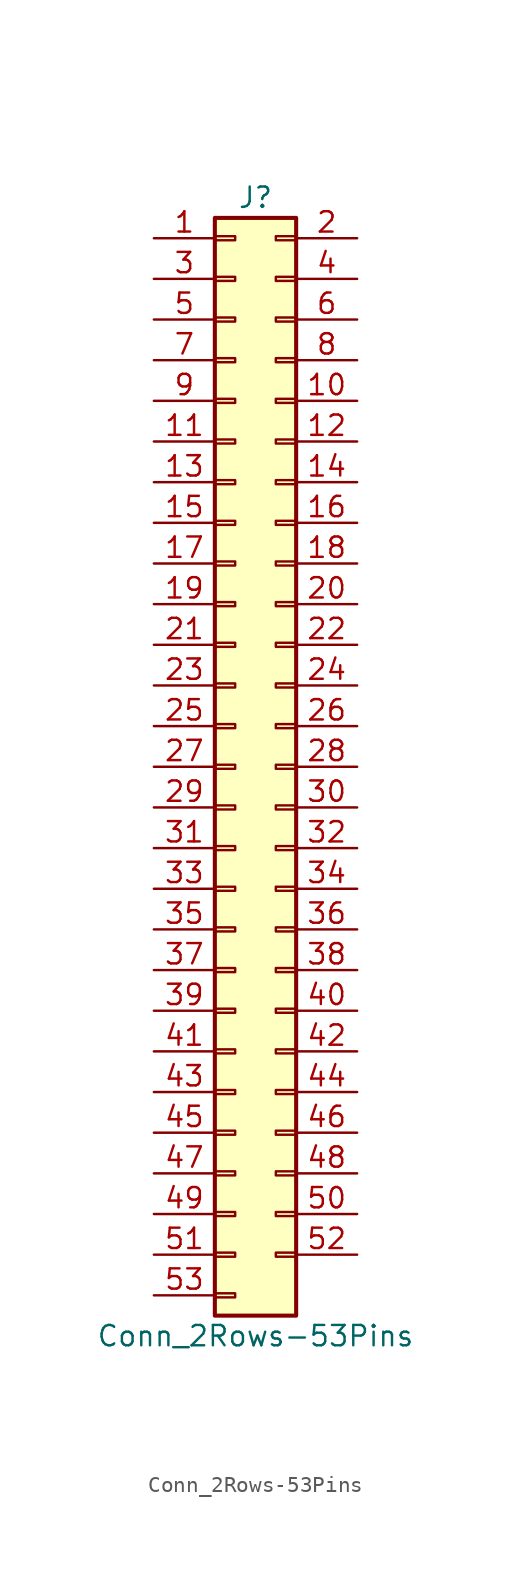
<source format=kicad_sym>
(kicad_symbol_lib
  (version 20201005)
  (generator kicad_symbol_editor)
  (symbol "Conn_2Rows-53Pins"
    (pin_names
      (offset 1.016) hide)
    (property "Reference" "J"
      (at 1.27 35.56 0)
      (effects (font (size 1.27 1.27))))
    (property "Value" "Conn_2Rows-53Pins"
      (at 1.27 -35.56 0)
      (effects (font (size 1.27 1.27))))
    (symbol "Conn_2Rows-53Pins_1_1"
      (rectangle (start -1.27 -32.893) (end 0 -33.147) (stroke (width 0.152)) (fill (type none)))
      (rectangle (start -1.27 -30.353) (end 0 -30.607) (stroke (width 0.152)) (fill (type none)))
      (rectangle (start -1.27 -27.813) (end 0 -28.067) (stroke (width 0.152)) (fill (type none)))
      (rectangle (start -1.27 -25.273) (end 0 -25.527) (stroke (width 0.152)) (fill (type none)))
      (rectangle (start -1.27 -22.733) (end 0 -22.987) (stroke (width 0.152)) (fill (type none)))
      (rectangle (start -1.27 -20.193) (end 0 -20.447) (stroke (width 0.152)) (fill (type none)))
      (rectangle (start -1.27 -17.653) (end 0 -17.907) (stroke (width 0.152)) (fill (type none)))
      (rectangle (start -1.27 -15.113) (end 0 -15.367) (stroke (width 0.152)) (fill (type none)))
      (rectangle (start -1.27 -12.573) (end 0 -12.827) (stroke (width 0.152)) (fill (type none)))
      (rectangle (start -1.27 -10.033) (end 0 -10.287) (stroke (width 0.152)) (fill (type none)))
      (rectangle (start -1.27 -7.493) (end 0 -7.747) (stroke (width 0.152)) (fill (type none)))
      (rectangle (start -1.27 -4.953) (end 0 -5.207) (stroke (width 0.152)) (fill (type none)))
      (rectangle (start -1.27 -2.413) (end 0 -2.667) (stroke (width 0.152)) (fill (type none)))
      (rectangle (start -1.27 0.127) (end 0 -0.127) (stroke (width 0.152)) (fill (type none)))
      (rectangle (start -1.27 2.667) (end 0 2.413) (stroke (width 0.152)) (fill (type none)))
      (rectangle (start -1.27 5.207) (end 0 4.953) (stroke (width 0.152)) (fill (type none)))
      (rectangle (start -1.27 7.747) (end 0 7.493) (stroke (width 0.152)) (fill (type none)))
      (rectangle (start -1.27 10.287) (end 0 10.033) (stroke (width 0.152)) (fill (type none)))
      (rectangle (start -1.27 12.827) (end 0 12.573) (stroke (width 0.152)) (fill (type none)))
      (rectangle (start -1.27 15.367) (end 0 15.113) (stroke (width 0.152)) (fill (type none)))
      (rectangle (start -1.27 17.907) (end 0 17.653) (stroke (width 0.152)) (fill (type none)))
      (rectangle (start -1.27 20.447) (end 0 20.193) (stroke (width 0.152)) (fill (type none)))
      (rectangle (start -1.27 22.987) (end 0 22.733) (stroke (width 0.152)) (fill (type none)))
      (rectangle (start -1.27 25.527) (end 0 25.273) (stroke (width 0.152)) (fill (type none)))
      (rectangle (start -1.27 28.067) (end 0 27.813) (stroke (width 0.152)) (fill (type none)))
      (rectangle (start -1.27 30.607) (end 0 30.353) (stroke (width 0.152)) (fill (type none)))
      (rectangle (start -1.27 33.147) (end 0 32.893) (stroke (width 0.152)) (fill (type none)))
      (rectangle (start 3.81 -30.353) (end 2.54 -30.607) (stroke (width 0.152)) (fill (type none)))
      (rectangle (start 3.81 -27.813) (end 2.54 -28.067) (stroke (width 0.152)) (fill (type none)))
      (rectangle (start 3.81 -25.273) (end 2.54 -25.527) (stroke (width 0.152)) (fill (type none)))
      (rectangle (start 3.81 -22.733) (end 2.54 -22.987) (stroke (width 0.152)) (fill (type none)))
      (rectangle (start 3.81 -20.193) (end 2.54 -20.447) (stroke (width 0.152)) (fill (type none)))
      (rectangle (start 3.81 -17.653) (end 2.54 -17.907) (stroke (width 0.152)) (fill (type none)))
      (rectangle (start 3.81 -15.113) (end 2.54 -15.367) (stroke (width 0.152)) (fill (type none)))
      (rectangle (start 3.81 -12.573) (end 2.54 -12.827) (stroke (width 0.152)) (fill (type none)))
      (rectangle (start 3.81 -10.033) (end 2.54 -10.287) (stroke (width 0.152)) (fill (type none)))
      (rectangle (start 3.81 -7.493) (end 2.54 -7.747) (stroke (width 0.152)) (fill (type none)))
      (rectangle (start 3.81 -4.953) (end 2.54 -5.207) (stroke (width 0.152)) (fill (type none)))
      (rectangle (start 3.81 -2.413) (end 2.54 -2.667) (stroke (width 0.152)) (fill (type none)))
      (rectangle (start 3.81 0.127) (end 2.54 -0.127) (stroke (width 0.152)) (fill (type none)))
      (rectangle (start 3.81 2.667) (end 2.54 2.413) (stroke (width 0.152)) (fill (type none)))
      (rectangle (start 3.81 5.207) (end 2.54 4.953) (stroke (width 0.152)) (fill (type none)))
      (rectangle (start 3.81 7.747) (end 2.54 7.493) (stroke (width 0.152)) (fill (type none)))
      (rectangle (start 3.81 10.287) (end 2.54 10.033) (stroke (width 0.152)) (fill (type none)))
      (rectangle (start 3.81 12.827) (end 2.54 12.573) (stroke (width 0.152)) (fill (type none)))
      (rectangle (start 3.81 15.367) (end 2.54 15.113) (stroke (width 0.152)) (fill (type none)))
      (rectangle (start 3.81 17.907) (end 2.54 17.653) (stroke (width 0.152)) (fill (type none)))
      (rectangle (start 3.81 20.447) (end 2.54 20.193) (stroke (width 0.152)) (fill (type none)))
      (rectangle (start 3.81 22.987) (end 2.54 22.733) (stroke (width 0.152)) (fill (type none)))
      (rectangle (start 3.81 25.527) (end 2.54 25.273) (stroke (width 0.152)) (fill (type none)))
      (rectangle (start 3.81 28.067) (end 2.54 27.813) (stroke (width 0.152)) (fill (type none)))
      (rectangle (start 3.81 30.607) (end 2.54 30.353) (stroke (width 0.152)) (fill (type none)))
      (rectangle (start 3.81 33.147) (end 2.54 32.893) (stroke (width 0.152)) (fill (type none)))
      (rectangle (start -1.27 34.29) (end 3.81 -34.29) (stroke (width 0.254)) (fill (type background)))
      (pin passive line (at -5.08 33.02 0) (length 3.81) (name "Pin_1" (effects (font (size 1.27 1.27)))) (number "1" (effects (font (size 1.27 1.27)))))
      (pin passive line (at 7.62 22.86 180) (length 3.81) (name "Pin_10" (effects (font (size 1.27 1.27)))) (number "10" (effects (font (size 1.27 1.27)))))
      (pin passive line (at -5.08 20.32 0) (length 3.81) (name "Pin_11" (effects (font (size 1.27 1.27)))) (number "11" (effects (font (size 1.27 1.27)))))
      (pin passive line (at 7.62 20.32 180) (length 3.81) (name "Pin_12" (effects (font (size 1.27 1.27)))) (number "12" (effects (font (size 1.27 1.27)))))
      (pin passive line (at -5.08 17.78 0) (length 3.81) (name "Pin_13" (effects (font (size 1.27 1.27)))) (number "13" (effects (font (size 1.27 1.27)))))
      (pin passive line (at 7.62 17.78 180) (length 3.81) (name "Pin_14" (effects (font (size 1.27 1.27)))) (number "14" (effects (font (size 1.27 1.27)))))
      (pin passive line (at -5.08 15.24 0) (length 3.81) (name "Pin_15" (effects (font (size 1.27 1.27)))) (number "15" (effects (font (size 1.27 1.27)))))
      (pin passive line (at 7.62 15.24 180) (length 3.81) (name "Pin_16" (effects (font (size 1.27 1.27)))) (number "16" (effects (font (size 1.27 1.27)))))
      (pin passive line (at -5.08 12.7 0) (length 3.81) (name "Pin_17" (effects (font (size 1.27 1.27)))) (number "17" (effects (font (size 1.27 1.27)))))
      (pin passive line (at 7.62 12.7 180) (length 3.81) (name "Pin_18" (effects (font (size 1.27 1.27)))) (number "18" (effects (font (size 1.27 1.27)))))
      (pin passive line (at -5.08 10.16 0) (length 3.81) (name "Pin_19" (effects (font (size 1.27 1.27)))) (number "19" (effects (font (size 1.27 1.27)))))
      (pin passive line (at 7.62 33.02 180) (length 3.81) (name "Pin_2" (effects (font (size 1.27 1.27)))) (number "2" (effects (font (size 1.27 1.27)))))
      (pin passive line (at 7.62 10.16 180) (length 3.81) (name "Pin_20" (effects (font (size 1.27 1.27)))) (number "20" (effects (font (size 1.27 1.27)))))
      (pin passive line (at -5.08 7.62 0) (length 3.81) (name "Pin_21" (effects (font (size 1.27 1.27)))) (number "21" (effects (font (size 1.27 1.27)))))
      (pin passive line (at 7.62 7.62 180) (length 3.81) (name "Pin_22" (effects (font (size 1.27 1.27)))) (number "22" (effects (font (size 1.27 1.27)))))
      (pin passive line (at -5.08 5.08 0) (length 3.81) (name "Pin_23" (effects (font (size 1.27 1.27)))) (number "23" (effects (font (size 1.27 1.27)))))
      (pin passive line (at 7.62 5.08 180) (length 3.81) (name "Pin_24" (effects (font (size 1.27 1.27)))) (number "24" (effects (font (size 1.27 1.27)))))
      (pin passive line (at -5.08 2.54 0) (length 3.81) (name "Pin_25" (effects (font (size 1.27 1.27)))) (number "25" (effects (font (size 1.27 1.27)))))
      (pin passive line (at 7.62 2.54 180) (length 3.81) (name "Pin_26" (effects (font (size 1.27 1.27)))) (number "26" (effects (font (size 1.27 1.27)))))
      (pin passive line (at -5.08 0 0) (length 3.81) (name "Pin_27" (effects (font (size 1.27 1.27)))) (number "27" (effects (font (size 1.27 1.27)))))
      (pin passive line (at 7.62 0 180) (length 3.81) (name "Pin_28" (effects (font (size 1.27 1.27)))) (number "28" (effects (font (size 1.27 1.27)))))
      (pin passive line (at -5.08 -2.54 0) (length 3.81) (name "Pin_29" (effects (font (size 1.27 1.27)))) (number "29" (effects (font (size 1.27 1.27)))))
      (pin passive line (at -5.08 30.48 0) (length 3.81) (name "Pin_3" (effects (font (size 1.27 1.27)))) (number "3" (effects (font (size 1.27 1.27)))))
      (pin passive line (at 7.62 -2.54 180) (length 3.81) (name "Pin_30" (effects (font (size 1.27 1.27)))) (number "30" (effects (font (size 1.27 1.27)))))
      (pin passive line (at -5.08 -5.08 0) (length 3.81) (name "Pin_31" (effects (font (size 1.27 1.27)))) (number "31" (effects (font (size 1.27 1.27)))))
      (pin passive line (at 7.62 -5.08 180) (length 3.81) (name "Pin_32" (effects (font (size 1.27 1.27)))) (number "32" (effects (font (size 1.27 1.27)))))
      (pin passive line (at -5.08 -7.62 0) (length 3.81) (name "Pin_33" (effects (font (size 1.27 1.27)))) (number "33" (effects (font (size 1.27 1.27)))))
      (pin passive line (at 7.62 -7.62 180) (length 3.81) (name "Pin_34" (effects (font (size 1.27 1.27)))) (number "34" (effects (font (size 1.27 1.27)))))
      (pin passive line (at -5.08 -10.16 0) (length 3.81) (name "Pin_35" (effects (font (size 1.27 1.27)))) (number "35" (effects (font (size 1.27 1.27)))))
      (pin passive line (at 7.62 -10.16 180) (length 3.81) (name "Pin_36" (effects (font (size 1.27 1.27)))) (number "36" (effects (font (size 1.27 1.27)))))
      (pin passive line (at -5.08 -12.7 0) (length 3.81) (name "Pin_37" (effects (font (size 1.27 1.27)))) (number "37" (effects (font (size 1.27 1.27)))))
      (pin passive line (at 7.62 -12.7 180) (length 3.81) (name "Pin_38" (effects (font (size 1.27 1.27)))) (number "38" (effects (font (size 1.27 1.27)))))
      (pin passive line (at -5.08 -15.24 0) (length 3.81) (name "Pin_39" (effects (font (size 1.27 1.27)))) (number "39" (effects (font (size 1.27 1.27)))))
      (pin passive line (at 7.62 30.48 180) (length 3.81) (name "Pin_4" (effects (font (size 1.27 1.27)))) (number "4" (effects (font (size 1.27 1.27)))))
      (pin passive line (at 7.62 -15.24 180) (length 3.81) (name "Pin_40" (effects (font (size 1.27 1.27)))) (number "40" (effects (font (size 1.27 1.27)))))
      (pin passive line (at -5.08 -17.78 0) (length 3.81) (name "Pin_41" (effects (font (size 1.27 1.27)))) (number "41" (effects (font (size 1.27 1.27)))))
      (pin passive line (at 7.62 -17.78 180) (length 3.81) (name "Pin_42" (effects (font (size 1.27 1.27)))) (number "42" (effects (font (size 1.27 1.27)))))
      (pin passive line (at -5.08 -20.32 0) (length 3.81) (name "Pin_43" (effects (font (size 1.27 1.27)))) (number "43" (effects (font (size 1.27 1.27)))))
      (pin passive line (at 7.62 -20.32 180) (length 3.81) (name "Pin_44" (effects (font (size 1.27 1.27)))) (number "44" (effects (font (size 1.27 1.27)))))
      (pin passive line (at -5.08 -22.86 0) (length 3.81) (name "Pin_45" (effects (font (size 1.27 1.27)))) (number "45" (effects (font (size 1.27 1.27)))))
      (pin passive line (at 7.62 -22.86 180) (length 3.81) (name "Pin_46" (effects (font (size 1.27 1.27)))) (number "46" (effects (font (size 1.27 1.27)))))
      (pin passive line (at -5.08 -25.4 0) (length 3.81) (name "Pin_47" (effects (font (size 1.27 1.27)))) (number "47" (effects (font (size 1.27 1.27)))))
      (pin passive line (at 7.62 -25.4 180) (length 3.81) (name "Pin_48" (effects (font (size 1.27 1.27)))) (number "48" (effects (font (size 1.27 1.27)))))
      (pin passive line (at -5.08 -27.94 0) (length 3.81) (name "Pin_49" (effects (font (size 1.27 1.27)))) (number "49" (effects (font (size 1.27 1.27)))))
      (pin passive line (at -5.08 27.94 0) (length 3.81) (name "Pin_5" (effects (font (size 1.27 1.27)))) (number "5" (effects (font (size 1.27 1.27)))))
      (pin passive line (at 7.62 -27.94 180) (length 3.81) (name "Pin_50" (effects (font (size 1.27 1.27)))) (number "50" (effects (font (size 1.27 1.27)))))
      (pin passive line (at -5.08 -30.48 0) (length 3.81) (name "Pin_51" (effects (font (size 1.27 1.27)))) (number "51" (effects (font (size 1.27 1.27)))))
      (pin passive line (at 7.62 -30.48 180) (length 3.81) (name "Pin_52" (effects (font (size 1.27 1.27)))) (number "52" (effects (font (size 1.27 1.27)))))
      (pin passive line (at -5.08 -33.02 0) (length 3.81) (name "Pin_53" (effects (font (size 1.27 1.27)))) (number "53" (effects (font (size 1.27 1.27)))))
      (pin passive line (at 7.62 27.94 180) (length 3.81) (name "Pin_6" (effects (font (size 1.27 1.27)))) (number "6" (effects (font (size 1.27 1.27)))))
      (pin passive line (at -5.08 25.4 0) (length 3.81) (name "Pin_7" (effects (font (size 1.27 1.27)))) (number "7" (effects (font (size 1.27 1.27)))))
      (pin passive line (at 7.62 25.4 180) (length 3.81) (name "Pin_8" (effects (font (size 1.27 1.27)))) (number "8" (effects (font (size 1.27 1.27)))))
      (pin passive line (at -5.08 22.86 0) (length 3.81) (name "Pin_9" (effects (font (size 1.27 1.27)))) (number "9" (effects (font (size 1.27 1.27))))))))
</source>
